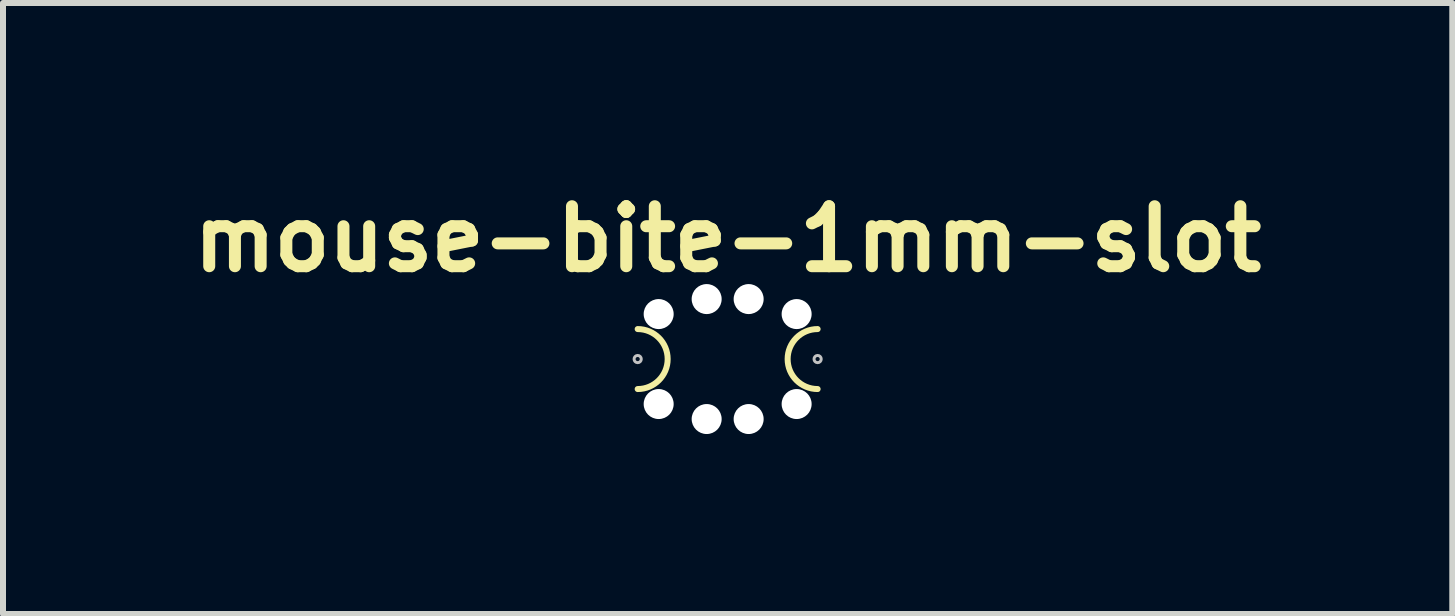
<source format=kicad_pcb>
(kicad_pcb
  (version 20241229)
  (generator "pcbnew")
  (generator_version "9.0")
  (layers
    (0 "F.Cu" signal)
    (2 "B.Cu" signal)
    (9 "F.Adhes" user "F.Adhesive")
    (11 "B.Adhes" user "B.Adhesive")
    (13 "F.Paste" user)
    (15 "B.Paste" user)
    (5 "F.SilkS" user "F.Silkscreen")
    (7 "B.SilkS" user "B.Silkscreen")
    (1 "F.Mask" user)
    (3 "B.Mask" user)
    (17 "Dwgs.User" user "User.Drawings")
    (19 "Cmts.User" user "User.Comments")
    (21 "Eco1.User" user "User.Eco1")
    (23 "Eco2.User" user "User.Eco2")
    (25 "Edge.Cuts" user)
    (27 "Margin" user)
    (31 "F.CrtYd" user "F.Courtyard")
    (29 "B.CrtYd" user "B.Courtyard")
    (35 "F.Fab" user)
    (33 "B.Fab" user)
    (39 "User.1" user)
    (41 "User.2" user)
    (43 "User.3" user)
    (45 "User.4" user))
  (footprint "mouse-bite-1mm-slot"
    (layer "F.Cu")
    (at 9.081 2.936)
    (property "Reference" "mouse-bite-1mm-slot" (at 0 -2 0) (layer "F.SilkS") (effects (font (size 1 1) (thickness 0.2))))
    (attr through_hole)
    (fp_arc (start -1.5 -0.5) (mid -1 0) (end -1.5 0.5) (stroke (width 0.1) (type solid)) (layer "F.SilkS"))
    (fp_arc (start 1.5 0.5) (mid 1 0) (end 1.5 -0.5) (stroke (width 0.1) (type solid)) (layer "F.SilkS"))
    (fp_circle (center -1.5 0) (end -1.44 0) (stroke (width 0.05) (type solid)) (fill no) (layer "Dwgs.User"))
    (fp_circle (center 1.5 0) (end 1.56 0) (stroke (width 0.05) (type solid)) (fill no) (layer "Dwgs.User"))
    (fp_line (start -1.5 0) (end -1.5 0) (stroke (width 1) (type solid)) (layer "Eco1.User"))
    (fp_line (start 1.5 0) (end 1.5 0) (stroke (width 1) (type solid)) (layer "Eco1.User"))
    (pad "" np_thru_hole circle (at -1.15 -0.75) (size 0.5 0.5) (drill 0.5) (layers "*.Cu" "*.Mask"))
    (pad "" np_thru_hole circle (at -1.15 0.75) (size 0.5 0.5) (drill 0.5) (layers "*.Cu" "*.Mask"))
    (pad "" np_thru_hole circle (at -0.35 -1) (size 0.5 0.5) (drill 0.5) (layers "*.Cu" "*.Mask"))
    (pad "" np_thru_hole circle (at -0.35 1) (size 0.5 0.5) (drill 0.5) (layers "*.Cu" "*.Mask"))
    (pad "" np_thru_hole circle (at 0.35 -1) (size 0.5 0.5) (drill 0.5) (layers "*.Cu" "*.Mask"))
    (pad "" np_thru_hole circle (at 0.35 1) (size 0.5 0.5) (drill 0.5) (layers "*.Cu" "*.Mask"))
    (pad "" np_thru_hole circle (at 1.15 -0.75) (size 0.5 0.5) (drill 0.5) (layers "*.Cu" "*.Mask"))
    (pad "" np_thru_hole circle (at 1.15 0.75) (size 0.5 0.5) (drill 0.5) (layers "*.Cu" "*.Mask")))
  (gr_rect
    (start -3 -3)
    (end 21.162 7.186)
    (stroke (width 0.1) (type default))
    (fill no)
    (layer "Edge.Cuts")))
</source>
